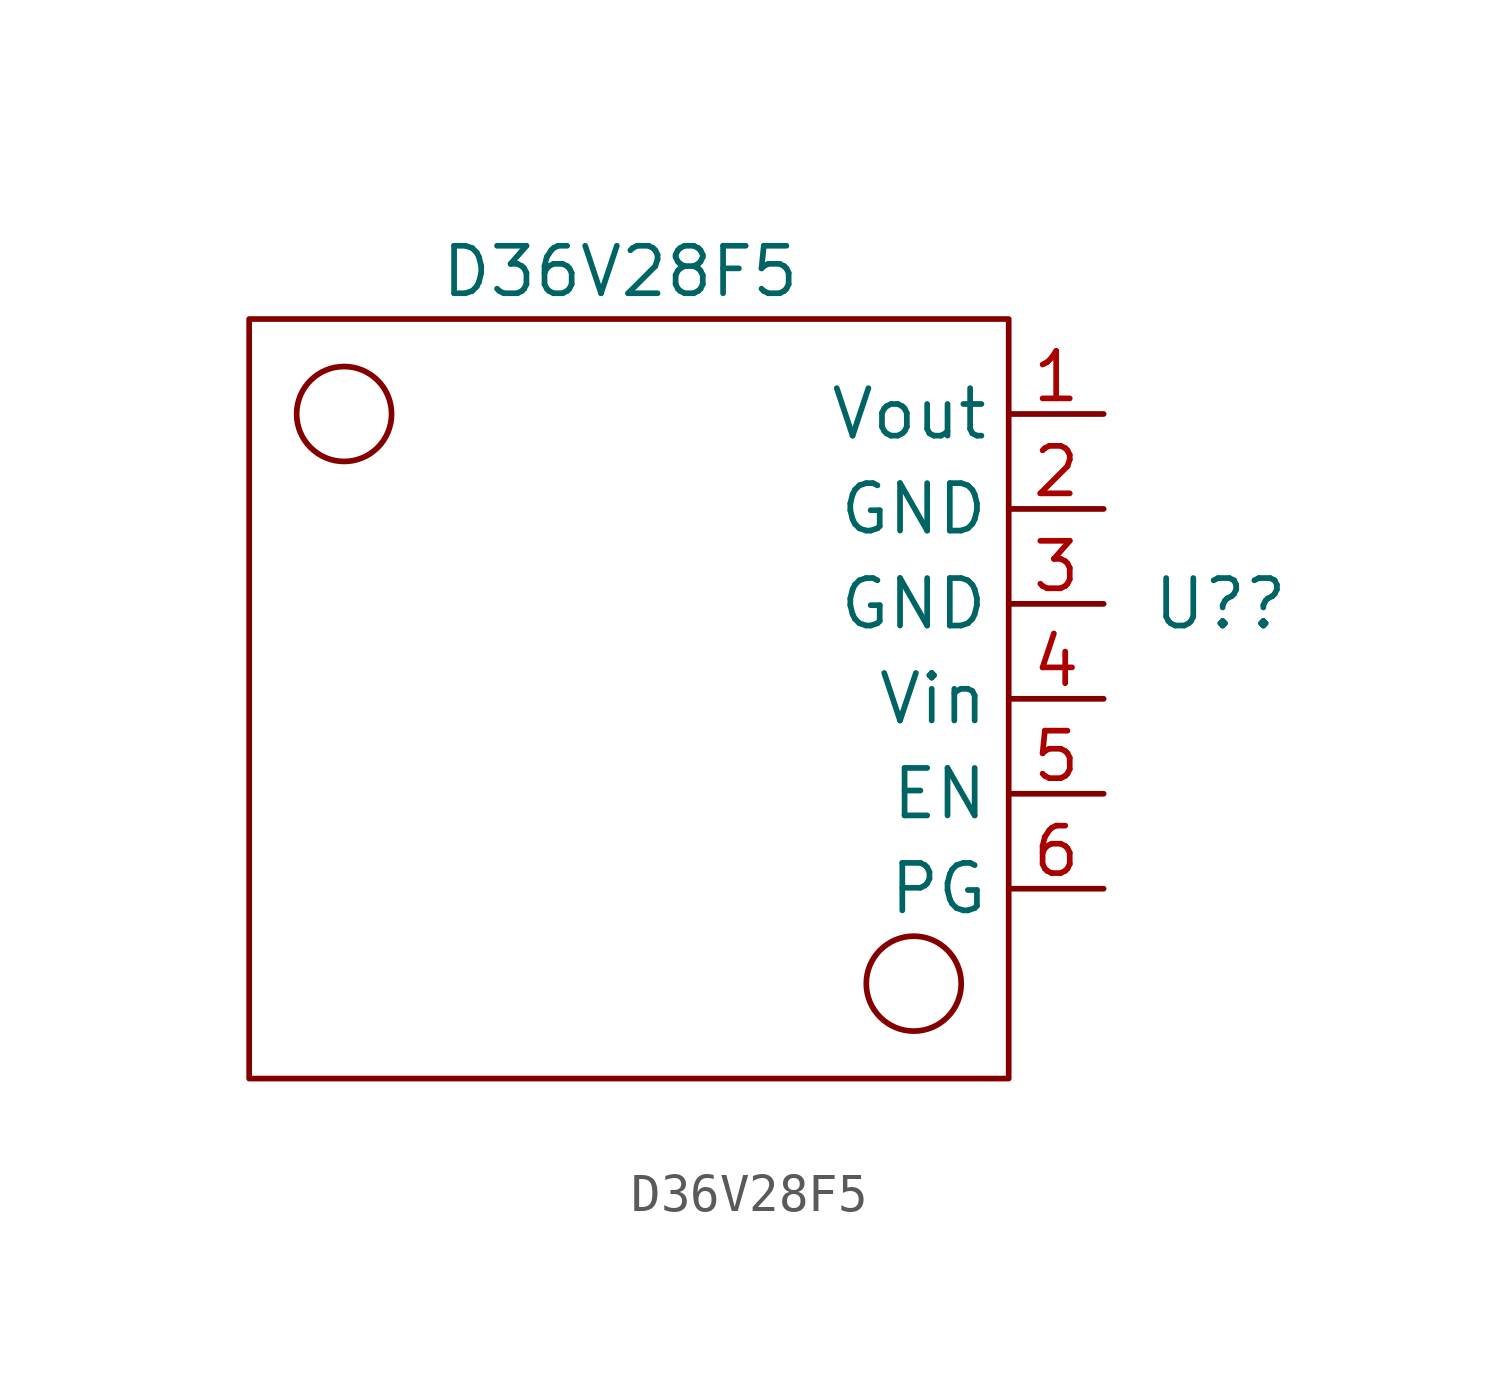
<source format=kicad_sym>
(kicad_symbol_lib
  (version 20211014)
  (generator kicad_symbol_editor)
  (symbol "D36V28F5"
    (property "Reference" "U?"
      (at 13.97 1.27 0)
      (effects (font (size 1.27 1.27)) (justify left)))
    (property "Value" "D36V28F5"
      (at -5.08 10.16 0)
      (effects (font (size 1.27 1.27)) (justify left)))
    (symbol "D36V28F5_0_1"
      (rectangle (start -10.16 8.89) (end 10.16 -11.43) (stroke (width 0) (type default) (color 0 0 0 0)) (fill (type none)))
      (circle (center -7.62 6.35) (radius 1.27) (stroke (width 0) (type default) (color 0 0 0 0)) (fill (type none)))
      (circle (center 7.62 -8.89) (radius 1.27) (stroke (width 0) (type default) (color 0 0 0 0)) (fill (type none))))
    (symbol "D36V28F5_1_1"
      (pin power_out line (at 12.7 6.35 180) (length 2.54) (name "Vout" (effects (font (size 1.27 1.27)))) (number "1" (effects (font (size 1.27 1.27)))))
      (pin power_in line (at 12.7 3.81 180) (length 2.54) (name "GND" (effects (font (size 1.27 1.27)))) (number "2" (effects (font (size 1.27 1.27)))))
      (pin power_in line (at 12.7 1.27 180) (length 2.54) (name "GND" (effects (font (size 1.27 1.27)))) (number "3" (effects (font (size 1.27 1.27)))))
      (pin power_in line (at 12.7 -1.27 180) (length 2.54) (name "Vin" (effects (font (size 1.27 1.27)))) (number "4" (effects (font (size 1.27 1.27)))))
      (pin bidirectional line (at 12.7 -3.81 180) (length 2.54) (name "EN" (effects (font (size 1.27 1.27)))) (number "5" (effects (font (size 1.27 1.27)))))
      (pin bidirectional line (at 12.7 -6.35 180) (length 2.54) (name "PG" (effects (font (size 1.27 1.27)))) (number "6" (effects (font (size 1.27 1.27))))))))
</source>
